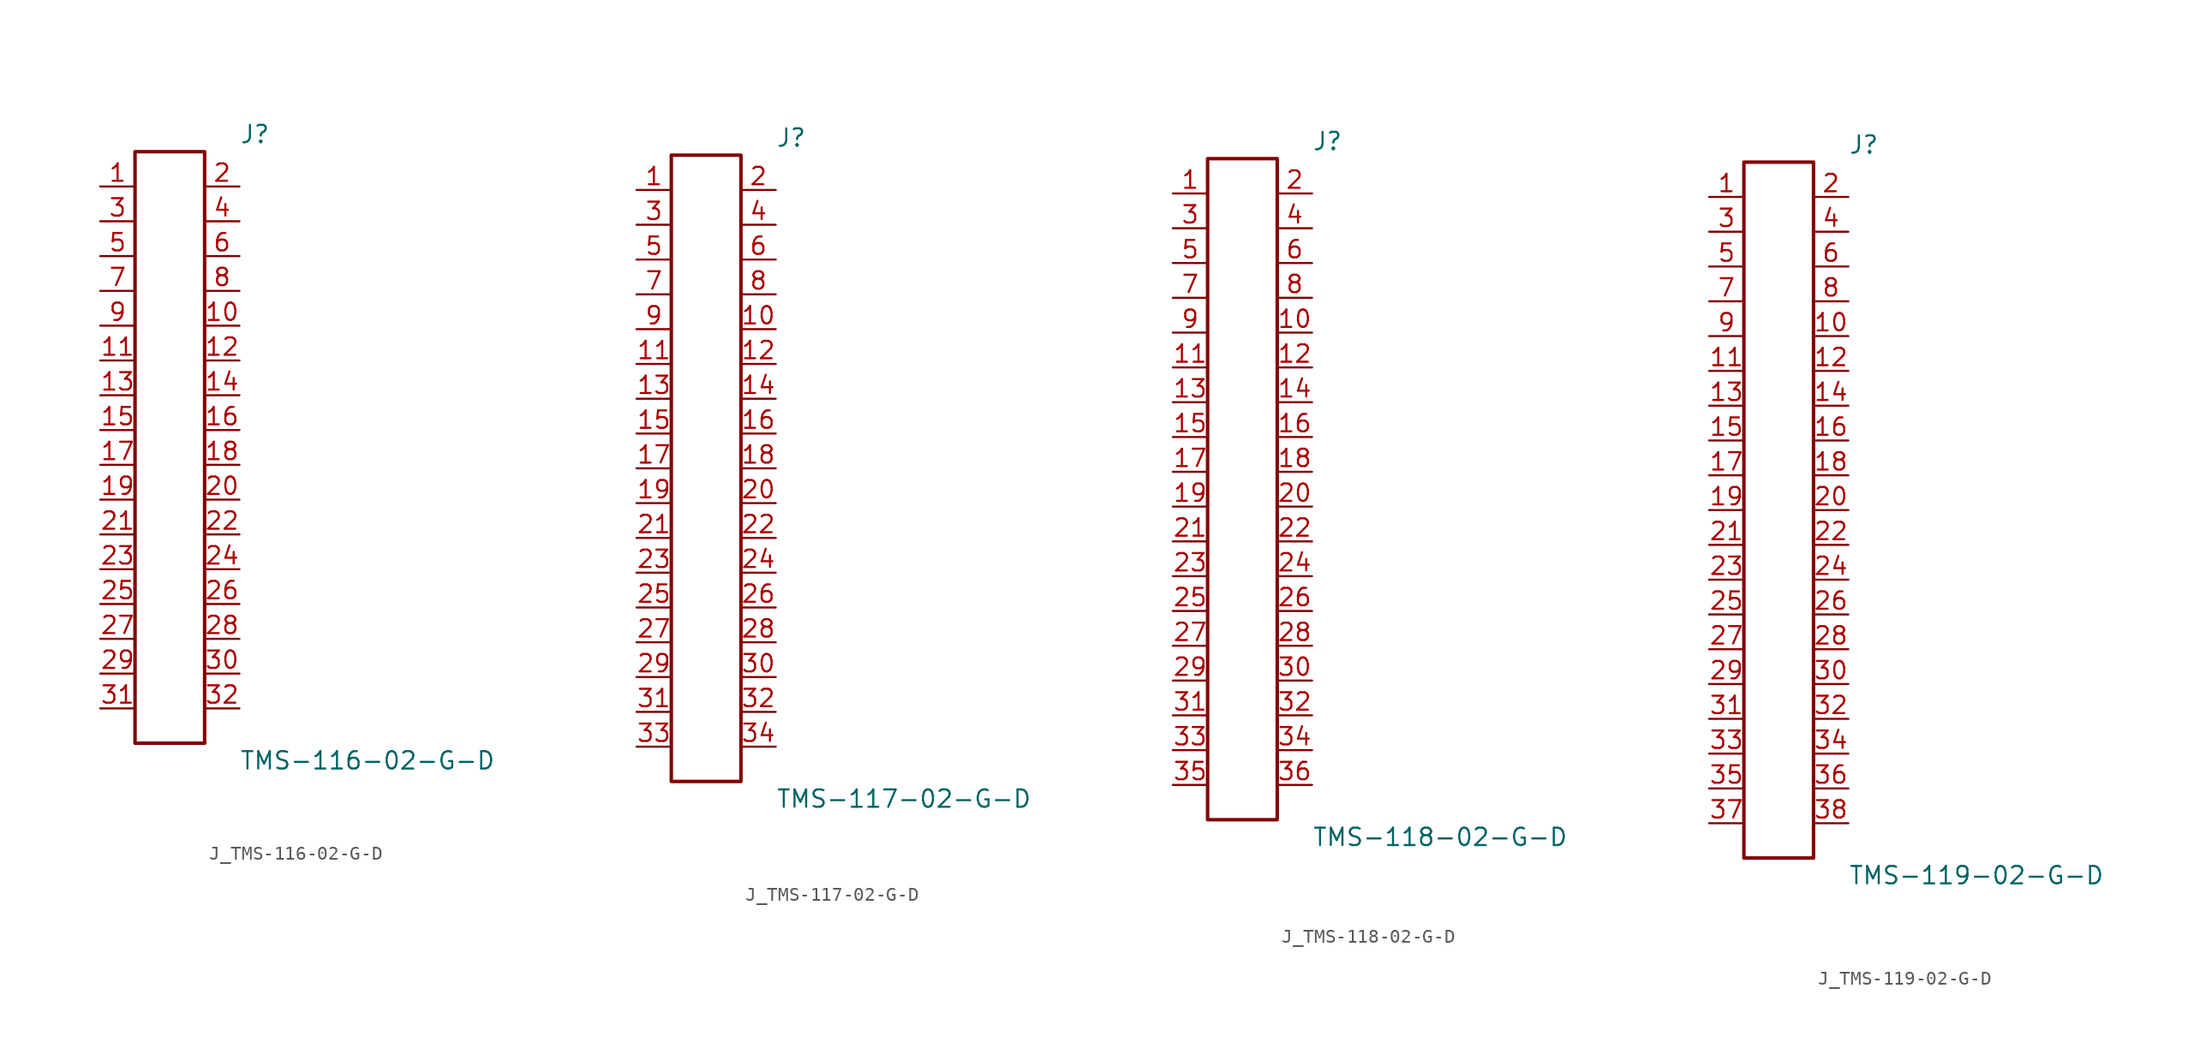
<source format=kicad_sym>
(kicad_symbol_lib
  (version 20231120)
  (generator kicad_symbol_editor)
  (generator_version 8.0)
  (symbol "J_TMS-116-02-G-D"
    (pin_names
      (offset 0.254))
    (property "Reference" "J"
      (at 5.08 22.86 0)
      (effects (font (size 1.27 1.27)) (justify left)))
    (property "Value" "TMS-116-02-G-D"
      (at 5.08 -22.86 0)
      (effects (font (size 1.27 1.27)) (justify left)))
    (symbol "J_TMS-116-02-G-D_0_0"
      (pin unspecified line (at -5.08 19.05 0) (length 2.54) (name "" (effects (font (size 1.27 1.27)))) (number "1" (effects (font (size 1.27 1.27)))))
      (pin unspecified line (at 5.08 19.05 180) (length 2.54) (name "" (effects (font (size 1.27 1.27)))) (number "2" (effects (font (size 1.27 1.27)))))
      (pin unspecified line (at -5.08 16.51 0) (length 2.54) (name "" (effects (font (size 1.27 1.27)))) (number "3" (effects (font (size 1.27 1.27)))))
      (pin unspecified line (at 5.08 16.51 180) (length 2.54) (name "" (effects (font (size 1.27 1.27)))) (number "4" (effects (font (size 1.27 1.27)))))
      (pin unspecified line (at -5.08 13.97 0) (length 2.54) (name "" (effects (font (size 1.27 1.27)))) (number "5" (effects (font (size 1.27 1.27)))))
      (pin unspecified line (at 5.08 13.97 180) (length 2.54) (name "" (effects (font (size 1.27 1.27)))) (number "6" (effects (font (size 1.27 1.27)))))
      (pin unspecified line (at -5.08 11.43 0) (length 2.54) (name "" (effects (font (size 1.27 1.27)))) (number "7" (effects (font (size 1.27 1.27)))))
      (pin unspecified line (at 5.08 11.43 180) (length 2.54) (name "" (effects (font (size 1.27 1.27)))) (number "8" (effects (font (size 1.27 1.27)))))
      (pin unspecified line (at -5.08 8.89 0) (length 2.54) (name "" (effects (font (size 1.27 1.27)))) (number "9" (effects (font (size 1.27 1.27)))))
      (pin unspecified line (at 5.08 8.89 180) (length 2.54) (name "" (effects (font (size 1.27 1.27)))) (number "10" (effects (font (size 1.27 1.27)))))
      (pin unspecified line (at -5.08 6.35 0) (length 2.54) (name "" (effects (font (size 1.27 1.27)))) (number "11" (effects (font (size 1.27 1.27)))))
      (pin unspecified line (at 5.08 6.35 180) (length 2.54) (name "" (effects (font (size 1.27 1.27)))) (number "12" (effects (font (size 1.27 1.27)))))
      (pin unspecified line (at -5.08 3.81 0) (length 2.54) (name "" (effects (font (size 1.27 1.27)))) (number "13" (effects (font (size 1.27 1.27)))))
      (pin unspecified line (at 5.08 3.81 180) (length 2.54) (name "" (effects (font (size 1.27 1.27)))) (number "14" (effects (font (size 1.27 1.27)))))
      (pin unspecified line (at -5.08 1.27 0) (length 2.54) (name "" (effects (font (size 1.27 1.27)))) (number "15" (effects (font (size 1.27 1.27)))))
      (pin unspecified line (at 5.08 1.27 180) (length 2.54) (name "" (effects (font (size 1.27 1.27)))) (number "16" (effects (font (size 1.27 1.27)))))
      (pin unspecified line (at -5.08 -1.27 0) (length 2.54) (name "" (effects (font (size 1.27 1.27)))) (number "17" (effects (font (size 1.27 1.27)))))
      (pin unspecified line (at 5.08 -1.27 180) (length 2.54) (name "" (effects (font (size 1.27 1.27)))) (number "18" (effects (font (size 1.27 1.27)))))
      (pin unspecified line (at -5.08 -3.81 0) (length 2.54) (name "" (effects (font (size 1.27 1.27)))) (number "19" (effects (font (size 1.27 1.27)))))
      (pin unspecified line (at 5.08 -3.81 180) (length 2.54) (name "" (effects (font (size 1.27 1.27)))) (number "20" (effects (font (size 1.27 1.27)))))
      (pin unspecified line (at -5.08 -6.35 0) (length 2.54) (name "" (effects (font (size 1.27 1.27)))) (number "21" (effects (font (size 1.27 1.27)))))
      (pin unspecified line (at 5.08 -6.35 180) (length 2.54) (name "" (effects (font (size 1.27 1.27)))) (number "22" (effects (font (size 1.27 1.27)))))
      (pin unspecified line (at -5.08 -8.89 0) (length 2.54) (name "" (effects (font (size 1.27 1.27)))) (number "23" (effects (font (size 1.27 1.27)))))
      (pin unspecified line (at 5.08 -8.89 180) (length 2.54) (name "" (effects (font (size 1.27 1.27)))) (number "24" (effects (font (size 1.27 1.27)))))
      (pin unspecified line (at -5.08 -11.43 0) (length 2.54) (name "" (effects (font (size 1.27 1.27)))) (number "25" (effects (font (size 1.27 1.27)))))
      (pin unspecified line (at 5.08 -11.43 180) (length 2.54) (name "" (effects (font (size 1.27 1.27)))) (number "26" (effects (font (size 1.27 1.27)))))
      (pin unspecified line (at -5.08 -13.97 0) (length 2.54) (name "" (effects (font (size 1.27 1.27)))) (number "27" (effects (font (size 1.27 1.27)))))
      (pin unspecified line (at 5.08 -13.97 180) (length 2.54) (name "" (effects (font (size 1.27 1.27)))) (number "28" (effects (font (size 1.27 1.27)))))
      (pin unspecified line (at -5.08 -16.51 0) (length 2.54) (name "" (effects (font (size 1.27 1.27)))) (number "29" (effects (font (size 1.27 1.27)))))
      (pin unspecified line (at 5.08 -16.51 180) (length 2.54) (name "" (effects (font (size 1.27 1.27)))) (number "30" (effects (font (size 1.27 1.27)))))
      (pin unspecified line (at -5.08 -19.05 0) (length 2.54) (name "" (effects (font (size 1.27 1.27)))) (number "31" (effects (font (size 1.27 1.27)))))
      (pin unspecified line (at 5.08 -19.05 180) (length 2.54) (name "" (effects (font (size 1.27 1.27)))) (number "32" (effects (font (size 1.27 1.27))))))
    (symbol "J_TMS-116-02-G-D_1_0"
      (rectangle (start -2.54 21.59) (end 2.54 -21.59) (stroke (width 0.254) (type solid)) (fill (type none)))))
  (symbol "J_TMS-117-02-G-D"
    (pin_names
      (offset 0.254))
    (property "Reference" "J"
      (at 5.08 24.13 0)
      (effects (font (size 1.27 1.27)) (justify left)))
    (property "Value" "TMS-117-02-G-D"
      (at 5.08 -24.13 0)
      (effects (font (size 1.27 1.27)) (justify left)))
    (symbol "J_TMS-117-02-G-D_0_0"
      (pin unspecified line (at -5.08 20.32 0) (length 2.54) (name "" (effects (font (size 1.27 1.27)))) (number "1" (effects (font (size 1.27 1.27)))))
      (pin unspecified line (at 5.08 20.32 180) (length 2.54) (name "" (effects (font (size 1.27 1.27)))) (number "2" (effects (font (size 1.27 1.27)))))
      (pin unspecified line (at -5.08 17.78 0) (length 2.54) (name "" (effects (font (size 1.27 1.27)))) (number "3" (effects (font (size 1.27 1.27)))))
      (pin unspecified line (at 5.08 17.78 180) (length 2.54) (name "" (effects (font (size 1.27 1.27)))) (number "4" (effects (font (size 1.27 1.27)))))
      (pin unspecified line (at -5.08 15.24 0) (length 2.54) (name "" (effects (font (size 1.27 1.27)))) (number "5" (effects (font (size 1.27 1.27)))))
      (pin unspecified line (at 5.08 15.24 180) (length 2.54) (name "" (effects (font (size 1.27 1.27)))) (number "6" (effects (font (size 1.27 1.27)))))
      (pin unspecified line (at -5.08 12.7 0) (length 2.54) (name "" (effects (font (size 1.27 1.27)))) (number "7" (effects (font (size 1.27 1.27)))))
      (pin unspecified line (at 5.08 12.7 180) (length 2.54) (name "" (effects (font (size 1.27 1.27)))) (number "8" (effects (font (size 1.27 1.27)))))
      (pin unspecified line (at -5.08 10.16 0) (length 2.54) (name "" (effects (font (size 1.27 1.27)))) (number "9" (effects (font (size 1.27 1.27)))))
      (pin unspecified line (at 5.08 10.16 180) (length 2.54) (name "" (effects (font (size 1.27 1.27)))) (number "10" (effects (font (size 1.27 1.27)))))
      (pin unspecified line (at -5.08 7.62 0) (length 2.54) (name "" (effects (font (size 1.27 1.27)))) (number "11" (effects (font (size 1.27 1.27)))))
      (pin unspecified line (at 5.08 7.62 180) (length 2.54) (name "" (effects (font (size 1.27 1.27)))) (number "12" (effects (font (size 1.27 1.27)))))
      (pin unspecified line (at -5.08 5.08 0) (length 2.54) (name "" (effects (font (size 1.27 1.27)))) (number "13" (effects (font (size 1.27 1.27)))))
      (pin unspecified line (at 5.08 5.08 180) (length 2.54) (name "" (effects (font (size 1.27 1.27)))) (number "14" (effects (font (size 1.27 1.27)))))
      (pin unspecified line (at -5.08 2.54 0) (length 2.54) (name "" (effects (font (size 1.27 1.27)))) (number "15" (effects (font (size 1.27 1.27)))))
      (pin unspecified line (at 5.08 2.54 180) (length 2.54) (name "" (effects (font (size 1.27 1.27)))) (number "16" (effects (font (size 1.27 1.27)))))
      (pin unspecified line (at -5.08 0.0 0) (length 2.54) (name "" (effects (font (size 1.27 1.27)))) (number "17" (effects (font (size 1.27 1.27)))))
      (pin unspecified line (at 5.08 0.0 180) (length 2.54) (name "" (effects (font (size 1.27 1.27)))) (number "18" (effects (font (size 1.27 1.27)))))
      (pin unspecified line (at -5.08 -2.54 0) (length 2.54) (name "" (effects (font (size 1.27 1.27)))) (number "19" (effects (font (size 1.27 1.27)))))
      (pin unspecified line (at 5.08 -2.54 180) (length 2.54) (name "" (effects (font (size 1.27 1.27)))) (number "20" (effects (font (size 1.27 1.27)))))
      (pin unspecified line (at -5.08 -5.08 0) (length 2.54) (name "" (effects (font (size 1.27 1.27)))) (number "21" (effects (font (size 1.27 1.27)))))
      (pin unspecified line (at 5.08 -5.08 180) (length 2.54) (name "" (effects (font (size 1.27 1.27)))) (number "22" (effects (font (size 1.27 1.27)))))
      (pin unspecified line (at -5.08 -7.62 0) (length 2.54) (name "" (effects (font (size 1.27 1.27)))) (number "23" (effects (font (size 1.27 1.27)))))
      (pin unspecified line (at 5.08 -7.62 180) (length 2.54) (name "" (effects (font (size 1.27 1.27)))) (number "24" (effects (font (size 1.27 1.27)))))
      (pin unspecified line (at -5.08 -10.16 0) (length 2.54) (name "" (effects (font (size 1.27 1.27)))) (number "25" (effects (font (size 1.27 1.27)))))
      (pin unspecified line (at 5.08 -10.16 180) (length 2.54) (name "" (effects (font (size 1.27 1.27)))) (number "26" (effects (font (size 1.27 1.27)))))
      (pin unspecified line (at -5.08 -12.7 0) (length 2.54) (name "" (effects (font (size 1.27 1.27)))) (number "27" (effects (font (size 1.27 1.27)))))
      (pin unspecified line (at 5.08 -12.7 180) (length 2.54) (name "" (effects (font (size 1.27 1.27)))) (number "28" (effects (font (size 1.27 1.27)))))
      (pin unspecified line (at -5.08 -15.24 0) (length 2.54) (name "" (effects (font (size 1.27 1.27)))) (number "29" (effects (font (size 1.27 1.27)))))
      (pin unspecified line (at 5.08 -15.24 180) (length 2.54) (name "" (effects (font (size 1.27 1.27)))) (number "30" (effects (font (size 1.27 1.27)))))
      (pin unspecified line (at -5.08 -17.78 0) (length 2.54) (name "" (effects (font (size 1.27 1.27)))) (number "31" (effects (font (size 1.27 1.27)))))
      (pin unspecified line (at 5.08 -17.78 180) (length 2.54) (name "" (effects (font (size 1.27 1.27)))) (number "32" (effects (font (size 1.27 1.27)))))
      (pin unspecified line (at -5.08 -20.32 0) (length 2.54) (name "" (effects (font (size 1.27 1.27)))) (number "33" (effects (font (size 1.27 1.27)))))
      (pin unspecified line (at 5.08 -20.32 180) (length 2.54) (name "" (effects (font (size 1.27 1.27)))) (number "34" (effects (font (size 1.27 1.27))))))
    (symbol "J_TMS-117-02-G-D_1_0"
      (rectangle (start -2.54 22.86) (end 2.54 -22.86) (stroke (width 0.254) (type solid)) (fill (type none)))))
  (symbol "J_TMS-118-02-G-D"
    (pin_names
      (offset 0.254))
    (property "Reference" "J"
      (at 5.08 25.4 0)
      (effects (font (size 1.27 1.27)) (justify left)))
    (property "Value" "TMS-118-02-G-D"
      (at 5.08 -25.4 0)
      (effects (font (size 1.27 1.27)) (justify left)))
    (symbol "J_TMS-118-02-G-D_0_0"
      (pin unspecified line (at -5.08 21.59 0) (length 2.54) (name "" (effects (font (size 1.27 1.27)))) (number "1" (effects (font (size 1.27 1.27)))))
      (pin unspecified line (at 5.08 21.59 180) (length 2.54) (name "" (effects (font (size 1.27 1.27)))) (number "2" (effects (font (size 1.27 1.27)))))
      (pin unspecified line (at -5.08 19.05 0) (length 2.54) (name "" (effects (font (size 1.27 1.27)))) (number "3" (effects (font (size 1.27 1.27)))))
      (pin unspecified line (at 5.08 19.05 180) (length 2.54) (name "" (effects (font (size 1.27 1.27)))) (number "4" (effects (font (size 1.27 1.27)))))
      (pin unspecified line (at -5.08 16.51 0) (length 2.54) (name "" (effects (font (size 1.27 1.27)))) (number "5" (effects (font (size 1.27 1.27)))))
      (pin unspecified line (at 5.08 16.51 180) (length 2.54) (name "" (effects (font (size 1.27 1.27)))) (number "6" (effects (font (size 1.27 1.27)))))
      (pin unspecified line (at -5.08 13.97 0) (length 2.54) (name "" (effects (font (size 1.27 1.27)))) (number "7" (effects (font (size 1.27 1.27)))))
      (pin unspecified line (at 5.08 13.97 180) (length 2.54) (name "" (effects (font (size 1.27 1.27)))) (number "8" (effects (font (size 1.27 1.27)))))
      (pin unspecified line (at -5.08 11.43 0) (length 2.54) (name "" (effects (font (size 1.27 1.27)))) (number "9" (effects (font (size 1.27 1.27)))))
      (pin unspecified line (at 5.08 11.43 180) (length 2.54) (name "" (effects (font (size 1.27 1.27)))) (number "10" (effects (font (size 1.27 1.27)))))
      (pin unspecified line (at -5.08 8.89 0) (length 2.54) (name "" (effects (font (size 1.27 1.27)))) (number "11" (effects (font (size 1.27 1.27)))))
      (pin unspecified line (at 5.08 8.89 180) (length 2.54) (name "" (effects (font (size 1.27 1.27)))) (number "12" (effects (font (size 1.27 1.27)))))
      (pin unspecified line (at -5.08 6.35 0) (length 2.54) (name "" (effects (font (size 1.27 1.27)))) (number "13" (effects (font (size 1.27 1.27)))))
      (pin unspecified line (at 5.08 6.35 180) (length 2.54) (name "" (effects (font (size 1.27 1.27)))) (number "14" (effects (font (size 1.27 1.27)))))
      (pin unspecified line (at -5.08 3.81 0) (length 2.54) (name "" (effects (font (size 1.27 1.27)))) (number "15" (effects (font (size 1.27 1.27)))))
      (pin unspecified line (at 5.08 3.81 180) (length 2.54) (name "" (effects (font (size 1.27 1.27)))) (number "16" (effects (font (size 1.27 1.27)))))
      (pin unspecified line (at -5.08 1.27 0) (length 2.54) (name "" (effects (font (size 1.27 1.27)))) (number "17" (effects (font (size 1.27 1.27)))))
      (pin unspecified line (at 5.08 1.27 180) (length 2.54) (name "" (effects (font (size 1.27 1.27)))) (number "18" (effects (font (size 1.27 1.27)))))
      (pin unspecified line (at -5.08 -1.27 0) (length 2.54) (name "" (effects (font (size 1.27 1.27)))) (number "19" (effects (font (size 1.27 1.27)))))
      (pin unspecified line (at 5.08 -1.27 180) (length 2.54) (name "" (effects (font (size 1.27 1.27)))) (number "20" (effects (font (size 1.27 1.27)))))
      (pin unspecified line (at -5.08 -3.81 0) (length 2.54) (name "" (effects (font (size 1.27 1.27)))) (number "21" (effects (font (size 1.27 1.27)))))
      (pin unspecified line (at 5.08 -3.81 180) (length 2.54) (name "" (effects (font (size 1.27 1.27)))) (number "22" (effects (font (size 1.27 1.27)))))
      (pin unspecified line (at -5.08 -6.35 0) (length 2.54) (name "" (effects (font (size 1.27 1.27)))) (number "23" (effects (font (size 1.27 1.27)))))
      (pin unspecified line (at 5.08 -6.35 180) (length 2.54) (name "" (effects (font (size 1.27 1.27)))) (number "24" (effects (font (size 1.27 1.27)))))
      (pin unspecified line (at -5.08 -8.89 0) (length 2.54) (name "" (effects (font (size 1.27 1.27)))) (number "25" (effects (font (size 1.27 1.27)))))
      (pin unspecified line (at 5.08 -8.89 180) (length 2.54) (name "" (effects (font (size 1.27 1.27)))) (number "26" (effects (font (size 1.27 1.27)))))
      (pin unspecified line (at -5.08 -11.43 0) (length 2.54) (name "" (effects (font (size 1.27 1.27)))) (number "27" (effects (font (size 1.27 1.27)))))
      (pin unspecified line (at 5.08 -11.43 180) (length 2.54) (name "" (effects (font (size 1.27 1.27)))) (number "28" (effects (font (size 1.27 1.27)))))
      (pin unspecified line (at -5.08 -13.97 0) (length 2.54) (name "" (effects (font (size 1.27 1.27)))) (number "29" (effects (font (size 1.27 1.27)))))
      (pin unspecified line (at 5.08 -13.97 180) (length 2.54) (name "" (effects (font (size 1.27 1.27)))) (number "30" (effects (font (size 1.27 1.27)))))
      (pin unspecified line (at -5.08 -16.51 0) (length 2.54) (name "" (effects (font (size 1.27 1.27)))) (number "31" (effects (font (size 1.27 1.27)))))
      (pin unspecified line (at 5.08 -16.51 180) (length 2.54) (name "" (effects (font (size 1.27 1.27)))) (number "32" (effects (font (size 1.27 1.27)))))
      (pin unspecified line (at -5.08 -19.05 0) (length 2.54) (name "" (effects (font (size 1.27 1.27)))) (number "33" (effects (font (size 1.27 1.27)))))
      (pin unspecified line (at 5.08 -19.05 180) (length 2.54) (name "" (effects (font (size 1.27 1.27)))) (number "34" (effects (font (size 1.27 1.27)))))
      (pin unspecified line (at -5.08 -21.59 0) (length 2.54) (name "" (effects (font (size 1.27 1.27)))) (number "35" (effects (font (size 1.27 1.27)))))
      (pin unspecified line (at 5.08 -21.59 180) (length 2.54) (name "" (effects (font (size 1.27 1.27)))) (number "36" (effects (font (size 1.27 1.27))))))
    (symbol "J_TMS-118-02-G-D_1_0"
      (rectangle (start -2.54 24.13) (end 2.54 -24.13) (stroke (width 0.254) (type solid)) (fill (type none)))))
  (symbol "J_TMS-119-02-G-D"
    (pin_names
      (offset 0.254))
    (property "Reference" "J"
      (at 5.08 26.67 0)
      (effects (font (size 1.27 1.27)) (justify left)))
    (property "Value" "TMS-119-02-G-D"
      (at 5.08 -26.67 0)
      (effects (font (size 1.27 1.27)) (justify left)))
    (symbol "J_TMS-119-02-G-D_0_0"
      (pin unspecified line (at -5.08 22.86 0) (length 2.54) (name "" (effects (font (size 1.27 1.27)))) (number "1" (effects (font (size 1.27 1.27)))))
      (pin unspecified line (at 5.08 22.86 180) (length 2.54) (name "" (effects (font (size 1.27 1.27)))) (number "2" (effects (font (size 1.27 1.27)))))
      (pin unspecified line (at -5.08 20.32 0) (length 2.54) (name "" (effects (font (size 1.27 1.27)))) (number "3" (effects (font (size 1.27 1.27)))))
      (pin unspecified line (at 5.08 20.32 180) (length 2.54) (name "" (effects (font (size 1.27 1.27)))) (number "4" (effects (font (size 1.27 1.27)))))
      (pin unspecified line (at -5.08 17.78 0) (length 2.54) (name "" (effects (font (size 1.27 1.27)))) (number "5" (effects (font (size 1.27 1.27)))))
      (pin unspecified line (at 5.08 17.78 180) (length 2.54) (name "" (effects (font (size 1.27 1.27)))) (number "6" (effects (font (size 1.27 1.27)))))
      (pin unspecified line (at -5.08 15.24 0) (length 2.54) (name "" (effects (font (size 1.27 1.27)))) (number "7" (effects (font (size 1.27 1.27)))))
      (pin unspecified line (at 5.08 15.24 180) (length 2.54) (name "" (effects (font (size 1.27 1.27)))) (number "8" (effects (font (size 1.27 1.27)))))
      (pin unspecified line (at -5.08 12.7 0) (length 2.54) (name "" (effects (font (size 1.27 1.27)))) (number "9" (effects (font (size 1.27 1.27)))))
      (pin unspecified line (at 5.08 12.7 180) (length 2.54) (name "" (effects (font (size 1.27 1.27)))) (number "10" (effects (font (size 1.27 1.27)))))
      (pin unspecified line (at -5.08 10.16 0) (length 2.54) (name "" (effects (font (size 1.27 1.27)))) (number "11" (effects (font (size 1.27 1.27)))))
      (pin unspecified line (at 5.08 10.16 180) (length 2.54) (name "" (effects (font (size 1.27 1.27)))) (number "12" (effects (font (size 1.27 1.27)))))
      (pin unspecified line (at -5.08 7.62 0) (length 2.54) (name "" (effects (font (size 1.27 1.27)))) (number "13" (effects (font (size 1.27 1.27)))))
      (pin unspecified line (at 5.08 7.62 180) (length 2.54) (name "" (effects (font (size 1.27 1.27)))) (number "14" (effects (font (size 1.27 1.27)))))
      (pin unspecified line (at -5.08 5.08 0) (length 2.54) (name "" (effects (font (size 1.27 1.27)))) (number "15" (effects (font (size 1.27 1.27)))))
      (pin unspecified line (at 5.08 5.08 180) (length 2.54) (name "" (effects (font (size 1.27 1.27)))) (number "16" (effects (font (size 1.27 1.27)))))
      (pin unspecified line (at -5.08 2.54 0) (length 2.54) (name "" (effects (font (size 1.27 1.27)))) (number "17" (effects (font (size 1.27 1.27)))))
      (pin unspecified line (at 5.08 2.54 180) (length 2.54) (name "" (effects (font (size 1.27 1.27)))) (number "18" (effects (font (size 1.27 1.27)))))
      (pin unspecified line (at -5.08 0.0 0) (length 2.54) (name "" (effects (font (size 1.27 1.27)))) (number "19" (effects (font (size 1.27 1.27)))))
      (pin unspecified line (at 5.08 0.0 180) (length 2.54) (name "" (effects (font (size 1.27 1.27)))) (number "20" (effects (font (size 1.27 1.27)))))
      (pin unspecified line (at -5.08 -2.54 0) (length 2.54) (name "" (effects (font (size 1.27 1.27)))) (number "21" (effects (font (size 1.27 1.27)))))
      (pin unspecified line (at 5.08 -2.54 180) (length 2.54) (name "" (effects (font (size 1.27 1.27)))) (number "22" (effects (font (size 1.27 1.27)))))
      (pin unspecified line (at -5.08 -5.08 0) (length 2.54) (name "" (effects (font (size 1.27 1.27)))) (number "23" (effects (font (size 1.27 1.27)))))
      (pin unspecified line (at 5.08 -5.08 180) (length 2.54) (name "" (effects (font (size 1.27 1.27)))) (number "24" (effects (font (size 1.27 1.27)))))
      (pin unspecified line (at -5.08 -7.62 0) (length 2.54) (name "" (effects (font (size 1.27 1.27)))) (number "25" (effects (font (size 1.27 1.27)))))
      (pin unspecified line (at 5.08 -7.62 180) (length 2.54) (name "" (effects (font (size 1.27 1.27)))) (number "26" (effects (font (size 1.27 1.27)))))
      (pin unspecified line (at -5.08 -10.16 0) (length 2.54) (name "" (effects (font (size 1.27 1.27)))) (number "27" (effects (font (size 1.27 1.27)))))
      (pin unspecified line (at 5.08 -10.16 180) (length 2.54) (name "" (effects (font (size 1.27 1.27)))) (number "28" (effects (font (size 1.27 1.27)))))
      (pin unspecified line (at -5.08 -12.7 0) (length 2.54) (name "" (effects (font (size 1.27 1.27)))) (number "29" (effects (font (size 1.27 1.27)))))
      (pin unspecified line (at 5.08 -12.7 180) (length 2.54) (name "" (effects (font (size 1.27 1.27)))) (number "30" (effects (font (size 1.27 1.27)))))
      (pin unspecified line (at -5.08 -15.24 0) (length 2.54) (name "" (effects (font (size 1.27 1.27)))) (number "31" (effects (font (size 1.27 1.27)))))
      (pin unspecified line (at 5.08 -15.24 180) (length 2.54) (name "" (effects (font (size 1.27 1.27)))) (number "32" (effects (font (size 1.27 1.27)))))
      (pin unspecified line (at -5.08 -17.78 0) (length 2.54) (name "" (effects (font (size 1.27 1.27)))) (number "33" (effects (font (size 1.27 1.27)))))
      (pin unspecified line (at 5.08 -17.78 180) (length 2.54) (name "" (effects (font (size 1.27 1.27)))) (number "34" (effects (font (size 1.27 1.27)))))
      (pin unspecified line (at -5.08 -20.32 0) (length 2.54) (name "" (effects (font (size 1.27 1.27)))) (number "35" (effects (font (size 1.27 1.27)))))
      (pin unspecified line (at 5.08 -20.32 180) (length 2.54) (name "" (effects (font (size 1.27 1.27)))) (number "36" (effects (font (size 1.27 1.27)))))
      (pin unspecified line (at -5.08 -22.86 0) (length 2.54) (name "" (effects (font (size 1.27 1.27)))) (number "37" (effects (font (size 1.27 1.27)))))
      (pin unspecified line (at 5.08 -22.86 180) (length 2.54) (name "" (effects (font (size 1.27 1.27)))) (number "38" (effects (font (size 1.27 1.27))))))
    (symbol "J_TMS-119-02-G-D_1_0"
      (rectangle (start -2.54 25.4) (end 2.54 -25.4) (stroke (width 0.254) (type solid)) (fill (type none))))))
</source>
